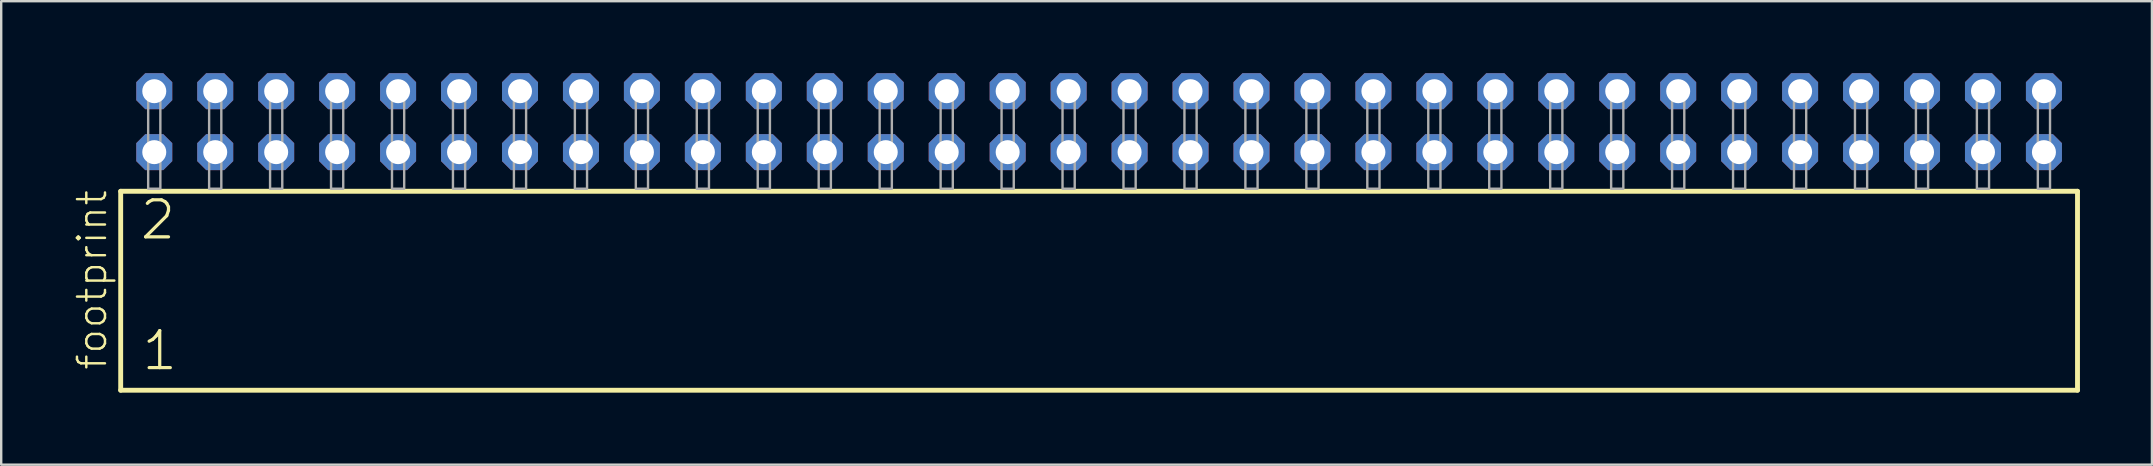
<source format=kicad_pcb>
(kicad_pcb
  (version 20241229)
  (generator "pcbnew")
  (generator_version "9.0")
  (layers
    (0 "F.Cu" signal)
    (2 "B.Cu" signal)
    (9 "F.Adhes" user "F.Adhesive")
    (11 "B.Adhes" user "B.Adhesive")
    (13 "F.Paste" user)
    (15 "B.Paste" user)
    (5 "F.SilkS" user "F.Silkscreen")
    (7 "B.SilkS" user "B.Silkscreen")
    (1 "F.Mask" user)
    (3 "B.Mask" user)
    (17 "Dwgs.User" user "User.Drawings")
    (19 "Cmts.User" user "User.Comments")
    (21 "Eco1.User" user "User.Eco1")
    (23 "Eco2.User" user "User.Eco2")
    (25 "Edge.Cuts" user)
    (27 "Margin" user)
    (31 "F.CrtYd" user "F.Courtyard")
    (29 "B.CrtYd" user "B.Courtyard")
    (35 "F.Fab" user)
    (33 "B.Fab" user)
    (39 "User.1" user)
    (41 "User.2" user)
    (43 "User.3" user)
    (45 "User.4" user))
  (footprint "footprint"
    (layer "F.Cu")
    (at 42.748 4.814)
    (property "Reference" "footprint" (at -41.275 7.62 90) (layer "F.SilkS") (effects (font (size 1.168 1.168) (thickness 0.102)) (justify left bottom)))
    (fp_line (start -40.769 0.106) (end -40.769 8.396) (stroke (width 0.203) (type solid)) (layer "F.SilkS"))
    (fp_line (start -40.769 8.396) (end 40.769 8.396) (stroke (width 0.203) (type solid)) (layer "F.SilkS"))
    (fp_line (start 40.769 0.106) (end -40.769 0.106) (stroke (width 0.203) (type solid)) (layer "F.SilkS"))
    (fp_line (start 40.769 8.396) (end 40.769 0.106) (stroke (width 0.203) (type solid)) (layer "F.SilkS"))
    (fp_poly (pts (xy -39.624 0) (xy -39.116 0) (xy -39.116 -4.318) (xy -39.624 -4.318)) (stroke (width 0.1) (type solid)) (fill no) (layer "F.Fab"))
    (fp_poly (pts (xy -37.084 0) (xy -36.576 0) (xy -36.576 -4.318) (xy -37.084 -4.318)) (stroke (width 0.1) (type solid)) (fill no) (layer "F.Fab"))
    (fp_poly (pts (xy -34.544 0) (xy -34.036 0) (xy -34.036 -4.318) (xy -34.544 -4.318)) (stroke (width 0.1) (type solid)) (fill no) (layer "F.Fab"))
    (fp_poly (pts (xy -32.004 0) (xy -31.496 0) (xy -31.496 -4.318) (xy -32.004 -4.318)) (stroke (width 0.1) (type solid)) (fill no) (layer "F.Fab"))
    (fp_poly (pts (xy -29.464 0) (xy -28.956 0) (xy -28.956 -4.318) (xy -29.464 -4.318)) (stroke (width 0.1) (type solid)) (fill no) (layer "F.Fab"))
    (fp_poly (pts (xy -26.924 0) (xy -26.416 0) (xy -26.416 -4.318) (xy -26.924 -4.318)) (stroke (width 0.1) (type solid)) (fill no) (layer "F.Fab"))
    (fp_poly (pts (xy -24.384 0) (xy -23.876 0) (xy -23.876 -4.318) (xy -24.384 -4.318)) (stroke (width 0.1) (type solid)) (fill no) (layer "F.Fab"))
    (fp_poly (pts (xy -21.844 0) (xy -21.336 0) (xy -21.336 -4.318) (xy -21.844 -4.318)) (stroke (width 0.1) (type solid)) (fill no) (layer "F.Fab"))
    (fp_poly (pts (xy -19.304 0) (xy -18.796 0) (xy -18.796 -4.318) (xy -19.304 -4.318)) (stroke (width 0.1) (type solid)) (fill no) (layer "F.Fab"))
    (fp_poly (pts (xy -16.764 0) (xy -16.256 0) (xy -16.256 -4.318) (xy -16.764 -4.318)) (stroke (width 0.1) (type solid)) (fill no) (layer "F.Fab"))
    (fp_poly (pts (xy -14.224 0) (xy -13.716 0) (xy -13.716 -4.318) (xy -14.224 -4.318)) (stroke (width 0.1) (type solid)) (fill no) (layer "F.Fab"))
    (fp_poly (pts (xy -11.684 0) (xy -11.176 0) (xy -11.176 -4.318) (xy -11.684 -4.318)) (stroke (width 0.1) (type solid)) (fill no) (layer "F.Fab"))
    (fp_poly (pts (xy -9.144 0) (xy -8.636 0) (xy -8.636 -4.318) (xy -9.144 -4.318)) (stroke (width 0.1) (type solid)) (fill no) (layer "F.Fab"))
    (fp_poly (pts (xy -6.604 0) (xy -6.096 0) (xy -6.096 -4.318) (xy -6.604 -4.318)) (stroke (width 0.1) (type solid)) (fill no) (layer "F.Fab"))
    (fp_poly (pts (xy -4.064 0) (xy -3.556 0) (xy -3.556 -4.318) (xy -4.064 -4.318)) (stroke (width 0.1) (type solid)) (fill no) (layer "F.Fab"))
    (fp_poly (pts (xy -1.524 0) (xy -1.016 0) (xy -1.016 -4.318) (xy -1.524 -4.318)) (stroke (width 0.1) (type solid)) (fill no) (layer "F.Fab"))
    (fp_poly (pts (xy 1.016 0) (xy 1.524 0) (xy 1.524 -4.318) (xy 1.016 -4.318)) (stroke (width 0.1) (type solid)) (fill no) (layer "F.Fab"))
    (fp_poly (pts (xy 3.556 0) (xy 4.064 0) (xy 4.064 -4.318) (xy 3.556 -4.318)) (stroke (width 0.1) (type solid)) (fill no) (layer "F.Fab"))
    (fp_poly (pts (xy 6.096 0) (xy 6.604 0) (xy 6.604 -4.318) (xy 6.096 -4.318)) (stroke (width 0.1) (type solid)) (fill no) (layer "F.Fab"))
    (fp_poly (pts (xy 8.636 0) (xy 9.144 0) (xy 9.144 -4.318) (xy 8.636 -4.318)) (stroke (width 0.1) (type solid)) (fill no) (layer "F.Fab"))
    (fp_poly (pts (xy 11.176 0) (xy 11.684 0) (xy 11.684 -4.318) (xy 11.176 -4.318)) (stroke (width 0.1) (type solid)) (fill no) (layer "F.Fab"))
    (fp_poly (pts (xy 13.716 0) (xy 14.224 0) (xy 14.224 -4.318) (xy 13.716 -4.318)) (stroke (width 0.1) (type solid)) (fill no) (layer "F.Fab"))
    (fp_poly (pts (xy 16.256 0) (xy 16.764 0) (xy 16.764 -4.318) (xy 16.256 -4.318)) (stroke (width 0.1) (type solid)) (fill no) (layer "F.Fab"))
    (fp_poly (pts (xy 18.796 0) (xy 19.304 0) (xy 19.304 -4.318) (xy 18.796 -4.318)) (stroke (width 0.1) (type solid)) (fill no) (layer "F.Fab"))
    (fp_poly (pts (xy 21.336 0) (xy 21.844 0) (xy 21.844 -4.318) (xy 21.336 -4.318)) (stroke (width 0.1) (type solid)) (fill no) (layer "F.Fab"))
    (fp_poly (pts (xy 23.876 0) (xy 24.384 0) (xy 24.384 -4.318) (xy 23.876 -4.318)) (stroke (width 0.1) (type solid)) (fill no) (layer "F.Fab"))
    (fp_poly (pts (xy 26.416 0) (xy 26.924 0) (xy 26.924 -4.318) (xy 26.416 -4.318)) (stroke (width 0.1) (type solid)) (fill no) (layer "F.Fab"))
    (fp_poly (pts (xy 28.956 0) (xy 29.464 0) (xy 29.464 -4.318) (xy 28.956 -4.318)) (stroke (width 0.1) (type solid)) (fill no) (layer "F.Fab"))
    (fp_poly (pts (xy 31.496 0) (xy 32.004 0) (xy 32.004 -4.318) (xy 31.496 -4.318)) (stroke (width 0.1) (type solid)) (fill no) (layer "F.Fab"))
    (fp_poly (pts (xy 34.036 0) (xy 34.544 0) (xy 34.544 -4.318) (xy 34.036 -4.318)) (stroke (width 0.1) (type solid)) (fill no) (layer "F.Fab"))
    (fp_poly (pts (xy 36.576 0) (xy 37.084 0) (xy 37.084 -4.318) (xy 36.576 -4.318)) (stroke (width 0.1) (type solid)) (fill no) (layer "F.Fab"))
    (fp_poly (pts (xy 39.116 0) (xy 39.624 0) (xy 39.624 -4.318) (xy 39.116 -4.318)) (stroke (width 0.1) (type solid)) (fill no) (layer "F.Fab"))
    (fp_text user "1" (at -39.965 7.65 0) (layer "F.SilkS") (effects (font (size 1.542 1.542) (thickness 0.134)) (justify left bottom)))
    (fp_text user "2" (at -40.04 2.2 0) (layer "F.SilkS") (effects (font (size 1.542 1.542) (thickness 0.134)) (justify left bottom)))
    (pad "1" thru_hole roundrect (at -39.37 -1.524) (size 1.5 1.5) (drill 1) (layers "*.Cu" "*.Mask") (roundrect_rratio 0.25) (chamfer_ratio 0.25) (chamfer top_left top_right bottom_left bottom_right))
    (pad "2" thru_hole roundrect (at -39.37 -4.064) (size 1.5 1.5) (drill 1) (layers "*.Cu" "*.Mask") (roundrect_rratio 0.25) (chamfer_ratio 0.25) (chamfer top_left top_right bottom_left bottom_right))
    (pad "3" thru_hole roundrect (at -36.83 -1.524) (size 1.5 1.5) (drill 1) (layers "*.Cu" "*.Mask") (roundrect_rratio 0.25) (chamfer_ratio 0.25) (chamfer top_left top_right bottom_left bottom_right))
    (pad "4" thru_hole roundrect (at -36.83 -4.064) (size 1.5 1.5) (drill 1) (layers "*.Cu" "*.Mask") (roundrect_rratio 0.25) (chamfer_ratio 0.25) (chamfer top_left top_right bottom_left bottom_right))
    (pad "5" thru_hole roundrect (at -34.29 -1.524) (size 1.5 1.5) (drill 1) (layers "*.Cu" "*.Mask") (roundrect_rratio 0.25) (chamfer_ratio 0.25) (chamfer top_left top_right bottom_left bottom_right))
    (pad "6" thru_hole roundrect (at -34.29 -4.064) (size 1.5 1.5) (drill 1) (layers "*.Cu" "*.Mask") (roundrect_rratio 0.25) (chamfer_ratio 0.25) (chamfer top_left top_right bottom_left bottom_right))
    (pad "7" thru_hole roundrect (at -31.75 -1.524) (size 1.5 1.5) (drill 1) (layers "*.Cu" "*.Mask") (roundrect_rratio 0.25) (chamfer_ratio 0.25) (chamfer top_left top_right bottom_left bottom_right))
    (pad "8" thru_hole roundrect (at -31.75 -4.064) (size 1.5 1.5) (drill 1) (layers "*.Cu" "*.Mask") (roundrect_rratio 0.25) (chamfer_ratio 0.25) (chamfer top_left top_right bottom_left bottom_right))
    (pad "9" thru_hole roundrect (at -29.21 -1.524) (size 1.5 1.5) (drill 1) (layers "*.Cu" "*.Mask") (roundrect_rratio 0.25) (chamfer_ratio 0.25) (chamfer top_left top_right bottom_left bottom_right))
    (pad "10" thru_hole roundrect (at -29.21 -4.064) (size 1.5 1.5) (drill 1) (layers "*.Cu" "*.Mask") (roundrect_rratio 0.25) (chamfer_ratio 0.25) (chamfer top_left top_right bottom_left bottom_right))
    (pad "11" thru_hole roundrect (at -26.67 -1.524) (size 1.5 1.5) (drill 1) (layers "*.Cu" "*.Mask") (roundrect_rratio 0.25) (chamfer_ratio 0.25) (chamfer top_left top_right bottom_left bottom_right))
    (pad "12" thru_hole roundrect (at -26.67 -4.064) (size 1.5 1.5) (drill 1) (layers "*.Cu" "*.Mask") (roundrect_rratio 0.25) (chamfer_ratio 0.25) (chamfer top_left top_right bottom_left bottom_right))
    (pad "13" thru_hole roundrect (at -24.13 -1.524) (size 1.5 1.5) (drill 1) (layers "*.Cu" "*.Mask") (roundrect_rratio 0.25) (chamfer_ratio 0.25) (chamfer top_left top_right bottom_left bottom_right))
    (pad "14" thru_hole roundrect (at -24.13 -4.064) (size 1.5 1.5) (drill 1) (layers "*.Cu" "*.Mask") (roundrect_rratio 0.25) (chamfer_ratio 0.25) (chamfer top_left top_right bottom_left bottom_right))
    (pad "15" thru_hole roundrect (at -21.59 -1.524) (size 1.5 1.5) (drill 1) (layers "*.Cu" "*.Mask") (roundrect_rratio 0.25) (chamfer_ratio 0.25) (chamfer top_left top_right bottom_left bottom_right))
    (pad "16" thru_hole roundrect (at -21.59 -4.064) (size 1.5 1.5) (drill 1) (layers "*.Cu" "*.Mask") (roundrect_rratio 0.25) (chamfer_ratio 0.25) (chamfer top_left top_right bottom_left bottom_right))
    (pad "17" thru_hole roundrect (at -19.05 -1.524) (size 1.5 1.5) (drill 1) (layers "*.Cu" "*.Mask") (roundrect_rratio 0.25) (chamfer_ratio 0.25) (chamfer top_left top_right bottom_left bottom_right))
    (pad "18" thru_hole roundrect (at -19.05 -4.064) (size 1.5 1.5) (drill 1) (layers "*.Cu" "*.Mask") (roundrect_rratio 0.25) (chamfer_ratio 0.25) (chamfer top_left top_right bottom_left bottom_right))
    (pad "19" thru_hole roundrect (at -16.51 -1.524) (size 1.5 1.5) (drill 1) (layers "*.Cu" "*.Mask") (roundrect_rratio 0.25) (chamfer_ratio 0.25) (chamfer top_left top_right bottom_left bottom_right))
    (pad "20" thru_hole roundrect (at -16.51 -4.064) (size 1.5 1.5) (drill 1) (layers "*.Cu" "*.Mask") (roundrect_rratio 0.25) (chamfer_ratio 0.25) (chamfer top_left top_right bottom_left bottom_right))
    (pad "21" thru_hole roundrect (at -13.97 -1.524) (size 1.5 1.5) (drill 1) (layers "*.Cu" "*.Mask") (roundrect_rratio 0.25) (chamfer_ratio 0.25) (chamfer top_left top_right bottom_left bottom_right))
    (pad "22" thru_hole roundrect (at -13.97 -4.064) (size 1.5 1.5) (drill 1) (layers "*.Cu" "*.Mask") (roundrect_rratio 0.25) (chamfer_ratio 0.25) (chamfer top_left top_right bottom_left bottom_right))
    (pad "23" thru_hole roundrect (at -11.43 -1.524) (size 1.5 1.5) (drill 1) (layers "*.Cu" "*.Mask") (roundrect_rratio 0.25) (chamfer_ratio 0.25) (chamfer top_left top_right bottom_left bottom_right))
    (pad "24" thru_hole roundrect (at -11.43 -4.064) (size 1.5 1.5) (drill 1) (layers "*.Cu" "*.Mask") (roundrect_rratio 0.25) (chamfer_ratio 0.25) (chamfer top_left top_right bottom_left bottom_right))
    (pad "25" thru_hole roundrect (at -8.89 -1.524) (size 1.5 1.5) (drill 1) (layers "*.Cu" "*.Mask") (roundrect_rratio 0.25) (chamfer_ratio 0.25) (chamfer top_left top_right bottom_left bottom_right))
    (pad "26" thru_hole roundrect (at -8.89 -4.064) (size 1.5 1.5) (drill 1) (layers "*.Cu" "*.Mask") (roundrect_rratio 0.25) (chamfer_ratio 0.25) (chamfer top_left top_right bottom_left bottom_right))
    (pad "27" thru_hole roundrect (at -6.35 -1.524) (size 1.5 1.5) (drill 1) (layers "*.Cu" "*.Mask") (roundrect_rratio 0.25) (chamfer_ratio 0.25) (chamfer top_left top_right bottom_left bottom_right))
    (pad "28" thru_hole roundrect (at -6.35 -4.064) (size 1.5 1.5) (drill 1) (layers "*.Cu" "*.Mask") (roundrect_rratio 0.25) (chamfer_ratio 0.25) (chamfer top_left top_right bottom_left bottom_right))
    (pad "29" thru_hole roundrect (at -3.81 -1.524) (size 1.5 1.5) (drill 1) (layers "*.Cu" "*.Mask") (roundrect_rratio 0.25) (chamfer_ratio 0.25) (chamfer top_left top_right bottom_left bottom_right))
    (pad "30" thru_hole roundrect (at -3.81 -4.064) (size 1.5 1.5) (drill 1) (layers "*.Cu" "*.Mask") (roundrect_rratio 0.25) (chamfer_ratio 0.25) (chamfer top_left top_right bottom_left bottom_right))
    (pad "31" thru_hole roundrect (at -1.27 -1.524) (size 1.5 1.5) (drill 1) (layers "*.Cu" "*.Mask") (roundrect_rratio 0.25) (chamfer_ratio 0.25) (chamfer top_left top_right bottom_left bottom_right))
    (pad "32" thru_hole roundrect (at -1.27 -4.064) (size 1.5 1.5) (drill 1) (layers "*.Cu" "*.Mask") (roundrect_rratio 0.25) (chamfer_ratio 0.25) (chamfer top_left top_right bottom_left bottom_right))
    (pad "33" thru_hole roundrect (at 1.27 -1.524) (size 1.5 1.5) (drill 1) (layers "*.Cu" "*.Mask") (roundrect_rratio 0.25) (chamfer_ratio 0.25) (chamfer top_left top_right bottom_left bottom_right))
    (pad "34" thru_hole roundrect (at 1.27 -4.064) (size 1.5 1.5) (drill 1) (layers "*.Cu" "*.Mask") (roundrect_rratio 0.25) (chamfer_ratio 0.25) (chamfer top_left top_right bottom_left bottom_right))
    (pad "35" thru_hole roundrect (at 3.81 -1.524) (size 1.5 1.5) (drill 1) (layers "*.Cu" "*.Mask") (roundrect_rratio 0.25) (chamfer_ratio 0.25) (chamfer top_left top_right bottom_left bottom_right))
    (pad "36" thru_hole roundrect (at 3.81 -4.064) (size 1.5 1.5) (drill 1) (layers "*.Cu" "*.Mask") (roundrect_rratio 0.25) (chamfer_ratio 0.25) (chamfer top_left top_right bottom_left bottom_right))
    (pad "37" thru_hole roundrect (at 6.35 -1.524) (size 1.5 1.5) (drill 1) (layers "*.Cu" "*.Mask") (roundrect_rratio 0.25) (chamfer_ratio 0.25) (chamfer top_left top_right bottom_left bottom_right))
    (pad "38" thru_hole roundrect (at 6.35 -4.064) (size 1.5 1.5) (drill 1) (layers "*.Cu" "*.Mask") (roundrect_rratio 0.25) (chamfer_ratio 0.25) (chamfer top_left top_right bottom_left bottom_right))
    (pad "39" thru_hole roundrect (at 8.89 -1.524) (size 1.5 1.5) (drill 1) (layers "*.Cu" "*.Mask") (roundrect_rratio 0.25) (chamfer_ratio 0.25) (chamfer top_left top_right bottom_left bottom_right))
    (pad "40" thru_hole roundrect (at 8.89 -4.064) (size 1.5 1.5) (drill 1) (layers "*.Cu" "*.Mask") (roundrect_rratio 0.25) (chamfer_ratio 0.25) (chamfer top_left top_right bottom_left bottom_right))
    (pad "41" thru_hole roundrect (at 11.43 -1.524) (size 1.5 1.5) (drill 1) (layers "*.Cu" "*.Mask") (roundrect_rratio 0.25) (chamfer_ratio 0.25) (chamfer top_left top_right bottom_left bottom_right))
    (pad "42" thru_hole roundrect (at 11.43 -4.064) (size 1.5 1.5) (drill 1) (layers "*.Cu" "*.Mask") (roundrect_rratio 0.25) (chamfer_ratio 0.25) (chamfer top_left top_right bottom_left bottom_right))
    (pad "43" thru_hole roundrect (at 13.97 -1.524) (size 1.5 1.5) (drill 1) (layers "*.Cu" "*.Mask") (roundrect_rratio 0.25) (chamfer_ratio 0.25) (chamfer top_left top_right bottom_left bottom_right))
    (pad "44" thru_hole roundrect (at 13.97 -4.064) (size 1.5 1.5) (drill 1) (layers "*.Cu" "*.Mask") (roundrect_rratio 0.25) (chamfer_ratio 0.25) (chamfer top_left top_right bottom_left bottom_right))
    (pad "45" thru_hole roundrect (at 16.51 -1.524) (size 1.5 1.5) (drill 1) (layers "*.Cu" "*.Mask") (roundrect_rratio 0.25) (chamfer_ratio 0.25) (chamfer top_left top_right bottom_left bottom_right))
    (pad "46" thru_hole roundrect (at 16.51 -4.064) (size 1.5 1.5) (drill 1) (layers "*.Cu" "*.Mask") (roundrect_rratio 0.25) (chamfer_ratio 0.25) (chamfer top_left top_right bottom_left bottom_right))
    (pad "47" thru_hole roundrect (at 19.05 -1.524) (size 1.5 1.5) (drill 1) (layers "*.Cu" "*.Mask") (roundrect_rratio 0.25) (chamfer_ratio 0.25) (chamfer top_left top_right bottom_left bottom_right))
    (pad "48" thru_hole roundrect (at 19.05 -4.064) (size 1.5 1.5) (drill 1) (layers "*.Cu" "*.Mask") (roundrect_rratio 0.25) (chamfer_ratio 0.25) (chamfer top_left top_right bottom_left bottom_right))
    (pad "49" thru_hole roundrect (at 21.59 -1.524) (size 1.5 1.5) (drill 1) (layers "*.Cu" "*.Mask") (roundrect_rratio 0.25) (chamfer_ratio 0.25) (chamfer top_left top_right bottom_left bottom_right))
    (pad "50" thru_hole roundrect (at 21.59 -4.064) (size 1.5 1.5) (drill 1) (layers "*.Cu" "*.Mask") (roundrect_rratio 0.25) (chamfer_ratio 0.25) (chamfer top_left top_right bottom_left bottom_right))
    (pad "51" thru_hole roundrect (at 24.13 -1.524) (size 1.5 1.5) (drill 1) (layers "*.Cu" "*.Mask") (roundrect_rratio 0.25) (chamfer_ratio 0.25) (chamfer top_left top_right bottom_left bottom_right))
    (pad "52" thru_hole roundrect (at 24.13 -4.064) (size 1.5 1.5) (drill 1) (layers "*.Cu" "*.Mask") (roundrect_rratio 0.25) (chamfer_ratio 0.25) (chamfer top_left top_right bottom_left bottom_right))
    (pad "53" thru_hole roundrect (at 26.67 -1.524) (size 1.5 1.5) (drill 1) (layers "*.Cu" "*.Mask") (roundrect_rratio 0.25) (chamfer_ratio 0.25) (chamfer top_left top_right bottom_left bottom_right))
    (pad "54" thru_hole roundrect (at 26.67 -4.064) (size 1.5 1.5) (drill 1) (layers "*.Cu" "*.Mask") (roundrect_rratio 0.25) (chamfer_ratio 0.25) (chamfer top_left top_right bottom_left bottom_right))
    (pad "55" thru_hole roundrect (at 29.21 -1.524) (size 1.5 1.5) (drill 1) (layers "*.Cu" "*.Mask") (roundrect_rratio 0.25) (chamfer_ratio 0.25) (chamfer top_left top_right bottom_left bottom_right))
    (pad "56" thru_hole roundrect (at 29.21 -4.064) (size 1.5 1.5) (drill 1) (layers "*.Cu" "*.Mask") (roundrect_rratio 0.25) (chamfer_ratio 0.25) (chamfer top_left top_right bottom_left bottom_right))
    (pad "57" thru_hole roundrect (at 31.75 -1.524) (size 1.5 1.5) (drill 1) (layers "*.Cu" "*.Mask") (roundrect_rratio 0.25) (chamfer_ratio 0.25) (chamfer top_left top_right bottom_left bottom_right))
    (pad "58" thru_hole roundrect (at 31.75 -4.064) (size 1.5 1.5) (drill 1) (layers "*.Cu" "*.Mask") (roundrect_rratio 0.25) (chamfer_ratio 0.25) (chamfer top_left top_right bottom_left bottom_right))
    (pad "59" thru_hole roundrect (at 34.29 -1.524) (size 1.5 1.5) (drill 1) (layers "*.Cu" "*.Mask") (roundrect_rratio 0.25) (chamfer_ratio 0.25) (chamfer top_left top_right bottom_left bottom_right))
    (pad "60" thru_hole roundrect (at 34.29 -4.064) (size 1.5 1.5) (drill 1) (layers "*.Cu" "*.Mask") (roundrect_rratio 0.25) (chamfer_ratio 0.25) (chamfer top_left top_right bottom_left bottom_right))
    (pad "61" thru_hole roundrect (at 36.83 -1.524) (size 1.5 1.5) (drill 1) (layers "*.Cu" "*.Mask") (roundrect_rratio 0.25) (chamfer_ratio 0.25) (chamfer top_left top_right bottom_left bottom_right))
    (pad "62" thru_hole roundrect (at 36.83 -4.064) (size 1.5 1.5) (drill 1) (layers "*.Cu" "*.Mask") (roundrect_rratio 0.25) (chamfer_ratio 0.25) (chamfer top_left top_right bottom_left bottom_right))
    (pad "63" thru_hole roundrect (at 39.37 -1.524) (size 1.5 1.5) (drill 1) (layers "*.Cu" "*.Mask") (roundrect_rratio 0.25) (chamfer_ratio 0.25) (chamfer top_left top_right bottom_left bottom_right))
    (pad "64" thru_hole roundrect (at 39.37 -4.064) (size 1.5 1.5) (drill 1) (layers "*.Cu" "*.Mask") (roundrect_rratio 0.25) (chamfer_ratio 0.25) (chamfer top_left top_right bottom_left bottom_right)))
  (gr_rect
    (start -3 -3)
    (end 86.619 16.312)
    (stroke (width 0.1) (type default))
    (fill no)
    (layer "Edge.Cuts")))
</source>
